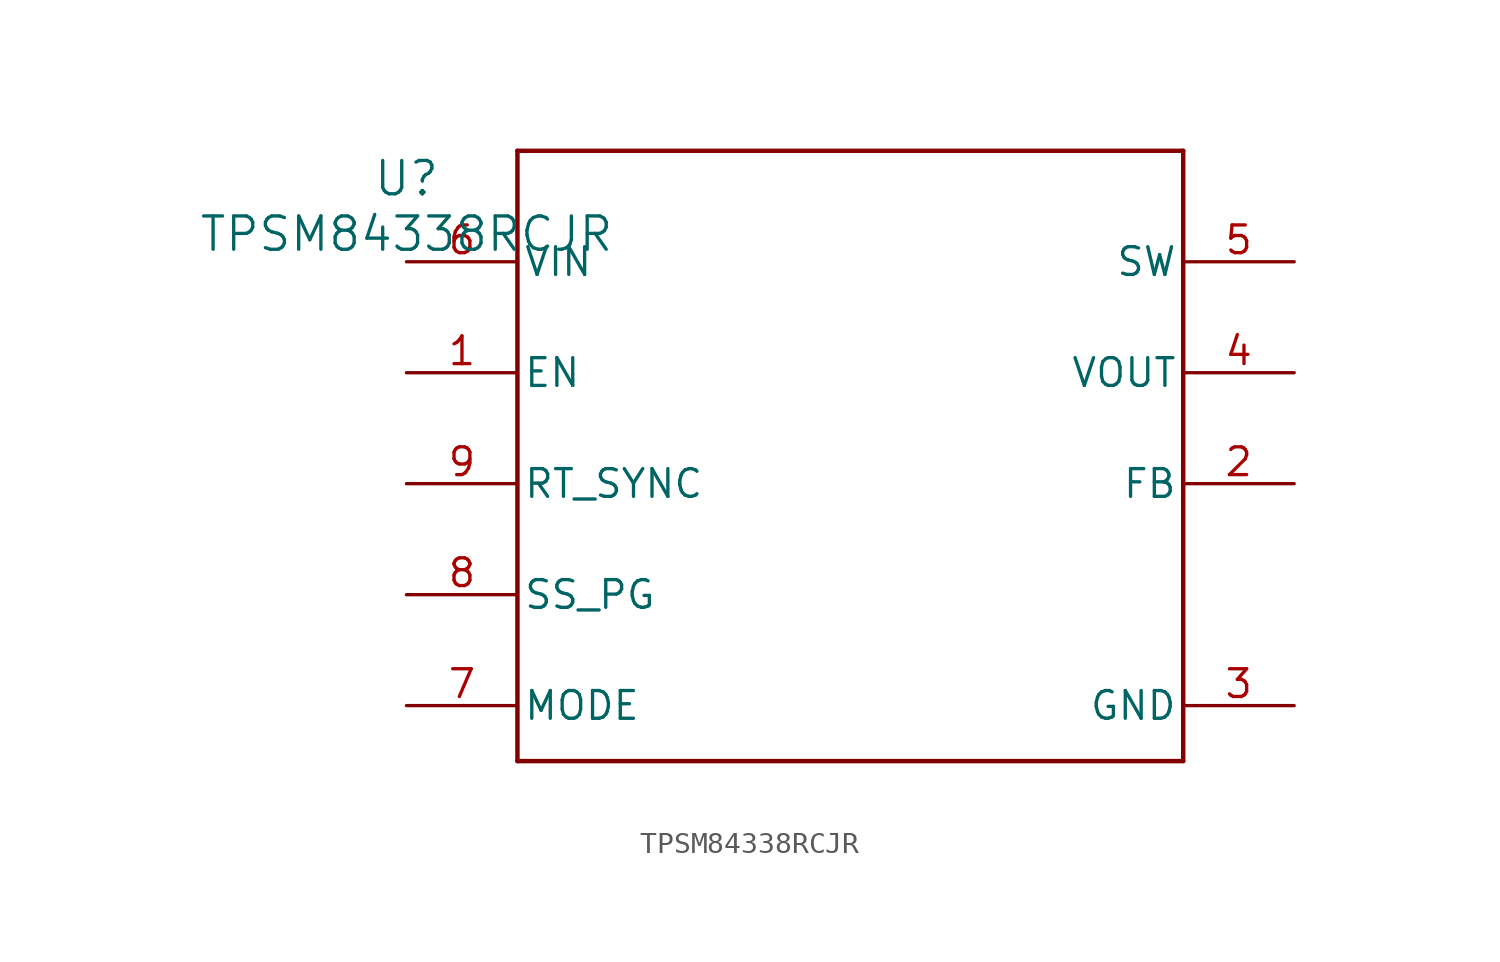
<source format=kicad_sym>
(kicad_symbol_lib
  (version 20211014)
  (generator kicad_symbol_editor)
  (symbol "TPSM84338RCJR"
    (pin_names
      (offset 0.254))
    (property "Reference" "U"
      (at 0 2.54 0)
      (effects (font (size 1.524 1.524))))
    (property "Value" "TPSM84338RCJR"
      (at 0 0 0)
      (effects (font (size 1.524 1.524))))
    (symbol "TPSM84338RCJR_0_1"
      (polyline (pts (xy 5.08 -24.13) (xy 35.56 -24.13)) (stroke (width 0.203) (type default) (color 0 0 0 0)) (fill (type none)))
      (polyline (pts (xy 35.56 -24.13) (xy 35.56 3.81)) (stroke (width 0.203) (type default) (color 0 0 0 0)) (fill (type none)))
      (polyline (pts (xy 35.56 3.81) (xy 5.08 3.81)) (stroke (width 0.203) (type default) (color 0 0 0 0)) (fill (type none)))
      (polyline (pts (xy 5.08 3.81) (xy 5.08 -24.13)) (stroke (width 0.203) (type default) (color 0 0 0 0)) (fill (type none)))
      (pin input line (at 0 -6.35 0) (length 5.08) (name "EN" (effects (font (size 1.27 1.27)))) (number "1" (effects (font (size 1.27 1.27)))))
      (pin unspecified line (at 40.64 -11.43 180) (length 5.08) (name "FB" (effects (font (size 1.27 1.27)))) (number "2" (effects (font (size 1.27 1.27)))))
      (pin power_in line (at 40.64 -21.59 180) (length 5.08) (name "GND" (effects (font (size 1.27 1.27)))) (number "3" (effects (font (size 1.27 1.27)))))
      (pin power_in line (at 40.64 -6.35 180) (length 5.08) (name "VOUT" (effects (font (size 1.27 1.27)))) (number "4" (effects (font (size 1.27 1.27)))))
      (pin power_in line (at 40.64 -1.27 180) (length 5.08) (name "SW" (effects (font (size 1.27 1.27)))) (number "5" (effects (font (size 1.27 1.27)))))
      (pin power_in line (at 0 -1.27 0) (length 5.08) (name "VIN" (effects (font (size 1.27 1.27)))) (number "6" (effects (font (size 1.27 1.27)))))
      (pin unspecified line (at 0 -21.59 0) (length 5.08) (name "MODE" (effects (font (size 1.27 1.27)))) (number "7" (effects (font (size 1.27 1.27)))))
      (pin unspecified line (at 0 -16.51 0) (length 5.08) (name "SS_PG" (effects (font (size 1.27 1.27)))) (number "8" (effects (font (size 1.27 1.27)))))
      (pin unspecified line (at 0 -11.43 0) (length 5.08) (name "RT_SYNC" (effects (font (size 1.27 1.27)))) (number "9" (effects (font (size 1.27 1.27))))))))
</source>
